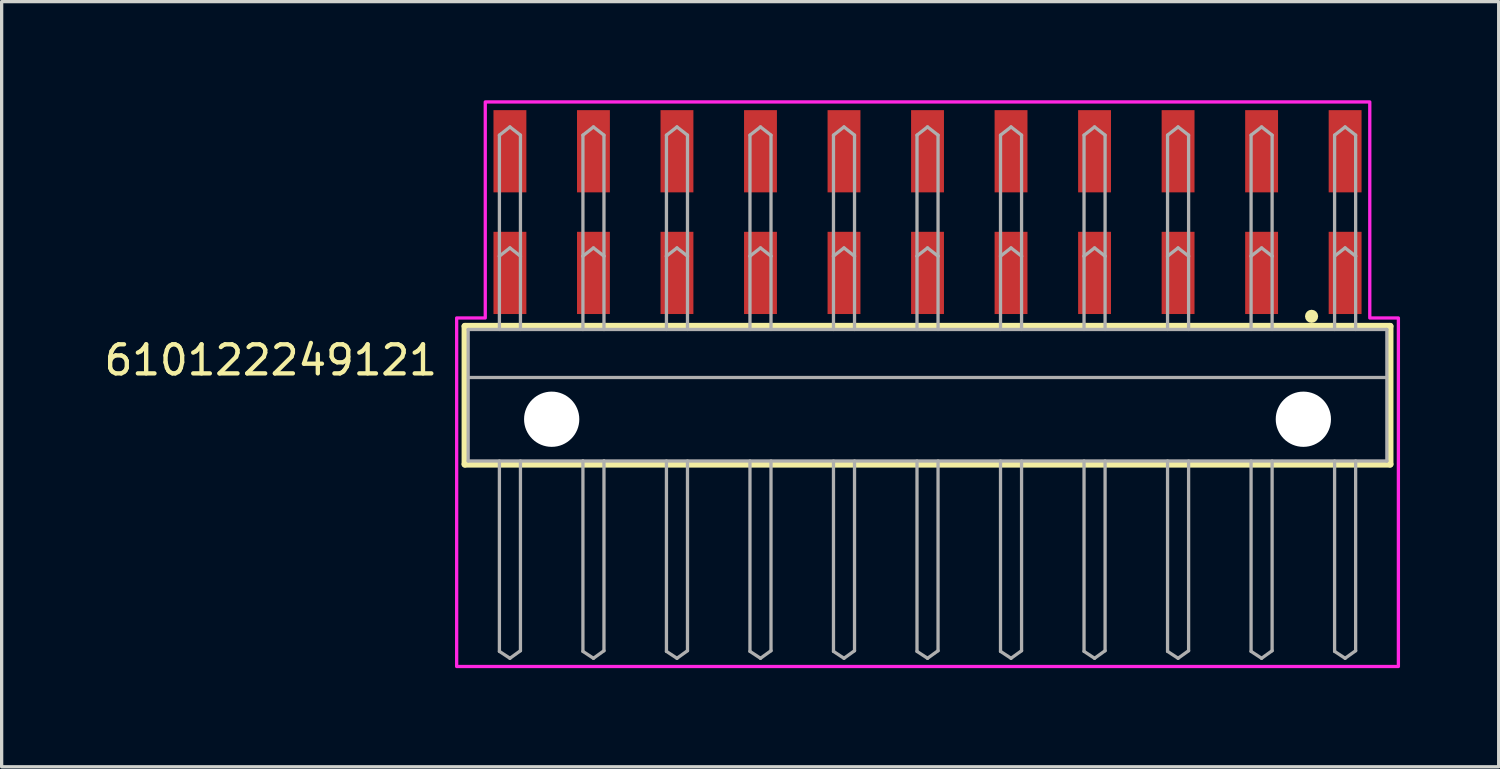
<source format=kicad_pcb>
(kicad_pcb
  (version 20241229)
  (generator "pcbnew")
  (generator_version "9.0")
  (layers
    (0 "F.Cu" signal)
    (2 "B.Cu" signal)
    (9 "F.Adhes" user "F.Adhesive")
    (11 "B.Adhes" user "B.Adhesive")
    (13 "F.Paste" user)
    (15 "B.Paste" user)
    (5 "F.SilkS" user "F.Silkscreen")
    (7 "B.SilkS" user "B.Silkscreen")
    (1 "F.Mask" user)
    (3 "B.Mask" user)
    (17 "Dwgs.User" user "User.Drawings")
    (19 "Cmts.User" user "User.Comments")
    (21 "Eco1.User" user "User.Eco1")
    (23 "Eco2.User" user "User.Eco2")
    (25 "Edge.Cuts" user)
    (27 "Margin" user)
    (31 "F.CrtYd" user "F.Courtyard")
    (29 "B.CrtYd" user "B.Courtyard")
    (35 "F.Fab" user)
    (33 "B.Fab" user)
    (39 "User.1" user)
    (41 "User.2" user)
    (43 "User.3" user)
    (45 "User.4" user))
  (footprint "610122249121"
    (layer "F.Cu")
    (at 25.158 9.7)
    (property "Reference" "610122249121" (at -14.836 -1.28 0) (unlocked yes) (layer "F.SilkS") (effects (font (size 0.884 0.884) (thickness 0.132)) (justify right bottom)))
    (fp_line (start -14.07 -2.83) (end 14.07 -2.83) (stroke (width 0.2) (type solid)) (layer "F.SilkS"))
    (fp_line (start -14.07 1.37) (end -14.07 -2.83) (stroke (width 0.2) (type solid)) (layer "F.SilkS"))
    (fp_line (start 14.07 -2.83) (end 14.07 1.37) (stroke (width 0.2) (type solid)) (layer "F.SilkS"))
    (fp_line (start 14.07 1.37) (end -14.07 1.37) (stroke (width 0.2) (type solid)) (layer "F.SilkS"))
    (fp_circle (center 11.68 -3.13) (end 11.78 -3.13) (stroke (width 0.2) (type solid)) (fill no) (layer "F.SilkS"))
    (fp_poly (pts (xy 13.45 -3.08) (xy 14.32 -3.08) (xy 14.32 7.52) (xy -14.32 7.52) (xy -14.32 -3.08) (xy -13.45 -3.08) (xy -13.45 -9.65) (xy 13.45 -9.65)) (stroke (width 0.1) (type default)) (fill no) (layer "F.CrtYd"))
    (fp_line (start -13.97 -2.73) (end -13.97 1.27) (stroke (width 0.1) (type solid)) (layer "F.Fab"))
    (fp_line (start -13.96 -1.27) (end 13.96 -1.27) (stroke (width 0.1) (type solid)) (layer "F.Fab"))
    (fp_line (start -13.02 -4.96) (end -13.02 -8.64) (stroke (width 0.1) (type solid)) (layer "F.Fab"))
    (fp_line (start -13.02 -2.73) (end -13.02 -4.96) (stroke (width 0.1) (type solid)) (layer "F.Fab"))
    (fp_line (start -13.02 1.27) (end -13.02 7.06) (stroke (width 0.1) (type solid)) (layer "F.Fab"))
    (fp_line (start -13.02 7.06) (end -12.7 7.27) (stroke (width 0.1) (type solid)) (layer "F.Fab"))
    (fp_line (start -12.7 -8.89) (end -13.02 -8.64) (stroke (width 0.1) (type solid)) (layer "F.Fab"))
    (fp_line (start -12.7 -8.89) (end -12.38 -8.64) (stroke (width 0.1) (type solid)) (layer "F.Fab"))
    (fp_line (start -12.7 -5.21) (end -13.02 -4.96) (stroke (width 0.1) (type solid)) (layer "F.Fab"))
    (fp_line (start -12.7 -5.21) (end -12.38 -4.96) (stroke (width 0.1) (type solid)) (layer "F.Fab"))
    (fp_line (start -12.7 7.27) (end -12.38 7.04) (stroke (width 0.1) (type solid)) (layer "F.Fab"))
    (fp_line (start -12.38 -8.64) (end -12.38 -4.96) (stroke (width 0.1) (type solid)) (layer "F.Fab"))
    (fp_line (start -12.38 -4.96) (end -12.38 -2.73) (stroke (width 0.1) (type solid)) (layer "F.Fab"))
    (fp_line (start -12.38 7.04) (end -12.38 1.27) (stroke (width 0.1) (type solid)) (layer "F.Fab"))
    (fp_line (start -10.48 -4.96) (end -10.48 -8.64) (stroke (width 0.1) (type solid)) (layer "F.Fab"))
    (fp_line (start -10.48 -2.73) (end -13.97 -2.73) (stroke (width 0.1) (type solid)) (layer "F.Fab"))
    (fp_line (start -10.48 -2.73) (end -10.48 -4.96) (stroke (width 0.1) (type solid)) (layer "F.Fab"))
    (fp_line (start -10.48 1.27) (end -13.97 1.27) (stroke (width 0.1) (type solid)) (layer "F.Fab"))
    (fp_line (start -10.48 1.27) (end -10.48 7.06) (stroke (width 0.1) (type solid)) (layer "F.Fab"))
    (fp_line (start -10.48 7.06) (end -10.16 7.27) (stroke (width 0.1) (type solid)) (layer "F.Fab"))
    (fp_line (start -10.16 -8.89) (end -10.48 -8.64) (stroke (width 0.1) (type solid)) (layer "F.Fab"))
    (fp_line (start -10.16 -8.89) (end -9.84 -8.64) (stroke (width 0.1) (type solid)) (layer "F.Fab"))
    (fp_line (start -10.16 -5.21) (end -10.48 -4.96) (stroke (width 0.1) (type solid)) (layer "F.Fab"))
    (fp_line (start -10.16 -5.21) (end -9.84 -4.96) (stroke (width 0.1) (type solid)) (layer "F.Fab"))
    (fp_line (start -10.16 7.27) (end -9.84 7.04) (stroke (width 0.1) (type solid)) (layer "F.Fab"))
    (fp_line (start -9.84 -8.64) (end -9.84 -4.96) (stroke (width 0.1) (type solid)) (layer "F.Fab"))
    (fp_line (start -9.84 -4.96) (end -9.84 -2.73) (stroke (width 0.1) (type solid)) (layer "F.Fab"))
    (fp_line (start -9.84 -2.73) (end -10.48 -2.73) (stroke (width 0.1) (type solid)) (layer "F.Fab"))
    (fp_line (start -9.84 1.27) (end -10.48 1.27) (stroke (width 0.1) (type solid)) (layer "F.Fab"))
    (fp_line (start -9.84 7.04) (end -9.84 1.27) (stroke (width 0.1) (type solid)) (layer "F.Fab"))
    (fp_line (start -7.94 -4.96) (end -7.94 -8.64) (stroke (width 0.1) (type solid)) (layer "F.Fab"))
    (fp_line (start -7.94 -2.73) (end -7.94 -4.96) (stroke (width 0.1) (type solid)) (layer "F.Fab"))
    (fp_line (start -7.94 1.27) (end -7.94 7.06) (stroke (width 0.1) (type solid)) (layer "F.Fab"))
    (fp_line (start -7.94 7.06) (end -7.62 7.27) (stroke (width 0.1) (type solid)) (layer "F.Fab"))
    (fp_line (start -7.62 -8.89) (end -7.94 -8.64) (stroke (width 0.1) (type solid)) (layer "F.Fab"))
    (fp_line (start -7.62 -8.89) (end -7.3 -8.64) (stroke (width 0.1) (type solid)) (layer "F.Fab"))
    (fp_line (start -7.62 -5.21) (end -7.94 -4.96) (stroke (width 0.1) (type solid)) (layer "F.Fab"))
    (fp_line (start -7.62 -5.21) (end -7.3 -4.96) (stroke (width 0.1) (type solid)) (layer "F.Fab"))
    (fp_line (start -7.62 7.27) (end -7.3 7.04) (stroke (width 0.1) (type solid)) (layer "F.Fab"))
    (fp_line (start -7.3 -8.64) (end -7.3 -4.96) (stroke (width 0.1) (type solid)) (layer "F.Fab"))
    (fp_line (start -7.3 -4.96) (end -7.3 -2.73) (stroke (width 0.1) (type solid)) (layer "F.Fab"))
    (fp_line (start -7.3 7.04) (end -7.3 1.27) (stroke (width 0.1) (type solid)) (layer "F.Fab"))
    (fp_line (start -5.4 -4.96) (end -5.4 -8.64) (stroke (width 0.1) (type solid)) (layer "F.Fab"))
    (fp_line (start -5.4 -2.73) (end -5.4 -4.96) (stroke (width 0.1) (type solid)) (layer "F.Fab"))
    (fp_line (start -5.4 1.27) (end -5.4 7.06) (stroke (width 0.1) (type solid)) (layer "F.Fab"))
    (fp_line (start -5.4 7.06) (end -5.08 7.27) (stroke (width 0.1) (type solid)) (layer "F.Fab"))
    (fp_line (start -5.08 -8.89) (end -5.4 -8.64) (stroke (width 0.1) (type solid)) (layer "F.Fab"))
    (fp_line (start -5.08 -8.89) (end -4.76 -8.64) (stroke (width 0.1) (type solid)) (layer "F.Fab"))
    (fp_line (start -5.08 -5.21) (end -5.4 -4.96) (stroke (width 0.1) (type solid)) (layer "F.Fab"))
    (fp_line (start -5.08 -5.21) (end -4.76 -4.96) (stroke (width 0.1) (type solid)) (layer "F.Fab"))
    (fp_line (start -5.08 7.27) (end -4.76 7.04) (stroke (width 0.1) (type solid)) (layer "F.Fab"))
    (fp_line (start -4.76 -8.64) (end -4.76 -4.96) (stroke (width 0.1) (type solid)) (layer "F.Fab"))
    (fp_line (start -4.76 -4.96) (end -4.76 -2.73) (stroke (width 0.1) (type solid)) (layer "F.Fab"))
    (fp_line (start -4.76 7.04) (end -4.76 1.27) (stroke (width 0.1) (type solid)) (layer "F.Fab"))
    (fp_line (start -2.86 -4.96) (end -2.86 -8.64) (stroke (width 0.1) (type solid)) (layer "F.Fab"))
    (fp_line (start -2.86 -2.73) (end -2.86 -4.96) (stroke (width 0.1) (type solid)) (layer "F.Fab"))
    (fp_line (start -2.86 1.27) (end -2.86 7.06) (stroke (width 0.1) (type solid)) (layer "F.Fab"))
    (fp_line (start -2.86 7.06) (end -2.54 7.27) (stroke (width 0.1) (type solid)) (layer "F.Fab"))
    (fp_line (start -2.54 -8.89) (end -2.86 -8.64) (stroke (width 0.1) (type solid)) (layer "F.Fab"))
    (fp_line (start -2.54 -8.89) (end -2.22 -8.64) (stroke (width 0.1) (type solid)) (layer "F.Fab"))
    (fp_line (start -2.54 -5.21) (end -2.86 -4.96) (stroke (width 0.1) (type solid)) (layer "F.Fab"))
    (fp_line (start -2.54 -5.21) (end -2.22 -4.96) (stroke (width 0.1) (type solid)) (layer "F.Fab"))
    (fp_line (start -2.54 7.27) (end -2.22 7.04) (stroke (width 0.1) (type solid)) (layer "F.Fab"))
    (fp_line (start -2.22 -8.64) (end -2.22 -4.96) (stroke (width 0.1) (type solid)) (layer "F.Fab"))
    (fp_line (start -2.22 -4.96) (end -2.22 -2.73) (stroke (width 0.1) (type solid)) (layer "F.Fab"))
    (fp_line (start -2.22 7.04) (end -2.22 1.27) (stroke (width 0.1) (type solid)) (layer "F.Fab"))
    (fp_line (start -0.32 -4.96) (end -0.32 -8.64) (stroke (width 0.1) (type solid)) (layer "F.Fab"))
    (fp_line (start -0.32 -2.73) (end -0.32 -4.96) (stroke (width 0.1) (type solid)) (layer "F.Fab"))
    (fp_line (start -0.32 1.27) (end -0.32 7.06) (stroke (width 0.1) (type solid)) (layer "F.Fab"))
    (fp_line (start -0.32 7.06) (end 0 7.27) (stroke (width 0.1) (type solid)) (layer "F.Fab"))
    (fp_line (start 0 -8.89) (end -0.32 -8.64) (stroke (width 0.1) (type solid)) (layer "F.Fab"))
    (fp_line (start 0 -8.89) (end 0.32 -8.64) (stroke (width 0.1) (type solid)) (layer "F.Fab"))
    (fp_line (start 0 -5.21) (end -0.32 -4.96) (stroke (width 0.1) (type solid)) (layer "F.Fab"))
    (fp_line (start 0 -5.21) (end 0.32 -4.96) (stroke (width 0.1) (type solid)) (layer "F.Fab"))
    (fp_line (start 0 7.27) (end 0.32 7.04) (stroke (width 0.1) (type solid)) (layer "F.Fab"))
    (fp_line (start 0.32 -8.64) (end 0.32 -4.96) (stroke (width 0.1) (type solid)) (layer "F.Fab"))
    (fp_line (start 0.32 -4.96) (end 0.32 -2.73) (stroke (width 0.1) (type solid)) (layer "F.Fab"))
    (fp_line (start 0.32 7.04) (end 0.32 1.27) (stroke (width 0.1) (type solid)) (layer "F.Fab"))
    (fp_line (start 2.22 -4.96) (end 2.22 -8.64) (stroke (width 0.1) (type solid)) (layer "F.Fab"))
    (fp_line (start 2.22 -2.73) (end 2.22 -4.96) (stroke (width 0.1) (type solid)) (layer "F.Fab"))
    (fp_line (start 2.22 1.27) (end 2.22 7.06) (stroke (width 0.1) (type solid)) (layer "F.Fab"))
    (fp_line (start 2.22 7.06) (end 2.54 7.27) (stroke (width 0.1) (type solid)) (layer "F.Fab"))
    (fp_line (start 2.54 -8.89) (end 2.22 -8.64) (stroke (width 0.1) (type solid)) (layer "F.Fab"))
    (fp_line (start 2.54 -8.89) (end 2.86 -8.64) (stroke (width 0.1) (type solid)) (layer "F.Fab"))
    (fp_line (start 2.54 -5.21) (end 2.22 -4.96) (stroke (width 0.1) (type solid)) (layer "F.Fab"))
    (fp_line (start 2.54 -5.21) (end 2.86 -4.96) (stroke (width 0.1) (type solid)) (layer "F.Fab"))
    (fp_line (start 2.54 7.27) (end 2.86 7.04) (stroke (width 0.1) (type solid)) (layer "F.Fab"))
    (fp_line (start 2.86 -8.64) (end 2.86 -4.96) (stroke (width 0.1) (type solid)) (layer "F.Fab"))
    (fp_line (start 2.86 -4.96) (end 2.86 -2.73) (stroke (width 0.1) (type solid)) (layer "F.Fab"))
    (fp_line (start 2.86 7.04) (end 2.86 1.27) (stroke (width 0.1) (type solid)) (layer "F.Fab"))
    (fp_line (start 4.76 -4.96) (end 4.76 -8.64) (stroke (width 0.1) (type solid)) (layer "F.Fab"))
    (fp_line (start 4.76 -2.73) (end 4.76 -4.96) (stroke (width 0.1) (type solid)) (layer "F.Fab"))
    (fp_line (start 4.76 1.27) (end 4.76 7.06) (stroke (width 0.1) (type solid)) (layer "F.Fab"))
    (fp_line (start 4.76 7.06) (end 5.08 7.27) (stroke (width 0.1) (type solid)) (layer "F.Fab"))
    (fp_line (start 5.08 -8.89) (end 4.76 -8.64) (stroke (width 0.1) (type solid)) (layer "F.Fab"))
    (fp_line (start 5.08 -8.89) (end 5.4 -8.64) (stroke (width 0.1) (type solid)) (layer "F.Fab"))
    (fp_line (start 5.08 -5.21) (end 4.76 -4.96) (stroke (width 0.1) (type solid)) (layer "F.Fab"))
    (fp_line (start 5.08 -5.21) (end 5.4 -4.96) (stroke (width 0.1) (type solid)) (layer "F.Fab"))
    (fp_line (start 5.08 7.27) (end 5.4 7.04) (stroke (width 0.1) (type solid)) (layer "F.Fab"))
    (fp_line (start 5.4 -8.64) (end 5.4 -4.96) (stroke (width 0.1) (type solid)) (layer "F.Fab"))
    (fp_line (start 5.4 -4.96) (end 5.4 -2.73) (stroke (width 0.1) (type solid)) (layer "F.Fab"))
    (fp_line (start 5.4 7.04) (end 5.4 1.27) (stroke (width 0.1) (type solid)) (layer "F.Fab"))
    (fp_line (start 7.3 -4.96) (end 7.3 -8.64) (stroke (width 0.1) (type solid)) (layer "F.Fab"))
    (fp_line (start 7.3 -2.73) (end 7.3 -4.96) (stroke (width 0.1) (type solid)) (layer "F.Fab"))
    (fp_line (start 7.3 1.27) (end 7.3 7.06) (stroke (width 0.1) (type solid)) (layer "F.Fab"))
    (fp_line (start 7.3 7.06) (end 7.62 7.27) (stroke (width 0.1) (type solid)) (layer "F.Fab"))
    (fp_line (start 7.62 -8.89) (end 7.3 -8.64) (stroke (width 0.1) (type solid)) (layer "F.Fab"))
    (fp_line (start 7.62 -8.89) (end 7.94 -8.64) (stroke (width 0.1) (type solid)) (layer "F.Fab"))
    (fp_line (start 7.62 -5.21) (end 7.3 -4.96) (stroke (width 0.1) (type solid)) (layer "F.Fab"))
    (fp_line (start 7.62 -5.21) (end 7.94 -4.96) (stroke (width 0.1) (type solid)) (layer "F.Fab"))
    (fp_line (start 7.62 7.27) (end 7.94 7.04) (stroke (width 0.1) (type solid)) (layer "F.Fab"))
    (fp_line (start 7.94 -8.64) (end 7.94 -4.96) (stroke (width 0.1) (type solid)) (layer "F.Fab"))
    (fp_line (start 7.94 -4.96) (end 7.94 -2.73) (stroke (width 0.1) (type solid)) (layer "F.Fab"))
    (fp_line (start 7.94 7.04) (end 7.94 1.27) (stroke (width 0.1) (type solid)) (layer "F.Fab"))
    (fp_line (start 9.84 -4.96) (end 9.84 -8.64) (stroke (width 0.1) (type solid)) (layer "F.Fab"))
    (fp_line (start 9.84 -2.73) (end 9.84 -4.96) (stroke (width 0.1) (type solid)) (layer "F.Fab"))
    (fp_line (start 9.84 1.27) (end 9.84 7.06) (stroke (width 0.1) (type solid)) (layer "F.Fab"))
    (fp_line (start 9.84 7.06) (end 10.16 7.27) (stroke (width 0.1) (type solid)) (layer "F.Fab"))
    (fp_line (start 10.16 -8.89) (end 9.84 -8.64) (stroke (width 0.1) (type solid)) (layer "F.Fab"))
    (fp_line (start 10.16 -8.89) (end 10.48 -8.64) (stroke (width 0.1) (type solid)) (layer "F.Fab"))
    (fp_line (start 10.16 -5.21) (end 9.84 -4.96) (stroke (width 0.1) (type solid)) (layer "F.Fab"))
    (fp_line (start 10.16 -5.21) (end 10.48 -4.96) (stroke (width 0.1) (type solid)) (layer "F.Fab"))
    (fp_line (start 10.16 7.27) (end 10.48 7.04) (stroke (width 0.1) (type solid)) (layer "F.Fab"))
    (fp_line (start 10.48 -8.64) (end 10.48 -4.96) (stroke (width 0.1) (type solid)) (layer "F.Fab"))
    (fp_line (start 10.48 -4.96) (end 10.48 -2.73) (stroke (width 0.1) (type solid)) (layer "F.Fab"))
    (fp_line (start 10.48 7.04) (end 10.48 1.27) (stroke (width 0.1) (type solid)) (layer "F.Fab"))
    (fp_line (start 12.38 -4.96) (end 12.38 -8.64) (stroke (width 0.1) (type solid)) (layer "F.Fab"))
    (fp_line (start 12.38 -2.73) (end 12.38 -4.96) (stroke (width 0.1) (type solid)) (layer "F.Fab"))
    (fp_line (start 12.38 1.27) (end 12.38 7.06) (stroke (width 0.1) (type solid)) (layer "F.Fab"))
    (fp_line (start 12.38 7.06) (end 12.7 7.27) (stroke (width 0.1) (type solid)) (layer "F.Fab"))
    (fp_line (start 12.7 -8.89) (end 12.38 -8.64) (stroke (width 0.1) (type solid)) (layer "F.Fab"))
    (fp_line (start 12.7 -8.89) (end 13.02 -8.64) (stroke (width 0.1) (type solid)) (layer "F.Fab"))
    (fp_line (start 12.7 -5.21) (end 12.38 -4.96) (stroke (width 0.1) (type solid)) (layer "F.Fab"))
    (fp_line (start 12.7 -5.21) (end 13.02 -4.96) (stroke (width 0.1) (type solid)) (layer "F.Fab"))
    (fp_line (start 12.7 7.27) (end 13.02 7.04) (stroke (width 0.1) (type solid)) (layer "F.Fab"))
    (fp_line (start 13.02 -8.64) (end 13.02 -4.96) (stroke (width 0.1) (type solid)) (layer "F.Fab"))
    (fp_line (start 13.02 -4.96) (end 13.02 -2.73) (stroke (width 0.1) (type solid)) (layer "F.Fab"))
    (fp_line (start 13.02 7.04) (end 13.02 1.27) (stroke (width 0.1) (type solid)) (layer "F.Fab"))
    (fp_line (start 13.97 -2.73) (end -9.84 -2.73) (stroke (width 0.1) (type solid)) (layer "F.Fab"))
    (fp_line (start 13.97 -2.73) (end 13.97 1.27) (stroke (width 0.1) (type solid)) (layer "F.Fab"))
    (fp_line (start 13.97 1.27) (end -9.84 1.27) (stroke (width 0.1) (type solid)) (layer "F.Fab"))
    (pad "" np_thru_hole circle (at -11.43 0) (size 1.68 1.68) (drill 1.68) (layers "*.Cu" "*.Mask"))
    (pad "" np_thru_hole circle (at 11.43 0) (size 1.68 1.68) (drill 1.68) (layers "*.Cu" "*.Mask"))
    (pad "1" smd rect (at 12.7 -4.45) (size 1 2.5) (layers "F.Cu" "F.Mask" "F.Paste"))
    (pad "2" smd rect (at 12.7 -8.15) (size 1 2.5) (layers "F.Cu" "F.Mask" "F.Paste"))
    (pad "3" smd rect (at 10.16 -4.45) (size 1 2.5) (layers "F.Cu" "F.Mask" "F.Paste"))
    (pad "4" smd rect (at 10.16 -8.15) (size 1 2.5) (layers "F.Cu" "F.Mask" "F.Paste"))
    (pad "5" smd rect (at 7.62 -4.45) (size 1 2.5) (layers "F.Cu" "F.Mask" "F.Paste"))
    (pad "6" smd rect (at 7.62 -8.15 180) (size 1 2.5) (layers "F.Cu" "F.Mask" "F.Paste"))
    (pad "7" smd rect (at 5.08 -4.45) (size 1 2.5) (layers "F.Cu" "F.Mask" "F.Paste"))
    (pad "8" smd rect (at 5.08 -8.15 180) (size 1 2.5) (layers "F.Cu" "F.Mask" "F.Paste"))
    (pad "9" smd rect (at 2.54 -4.45) (size 1 2.5) (layers "F.Cu" "F.Mask" "F.Paste"))
    (pad "10" smd rect (at 2.54 -8.15 180) (size 1 2.5) (layers "F.Cu" "F.Mask" "F.Paste"))
    (pad "11" smd rect (at 0 -4.45) (size 1 2.5) (layers "F.Cu" "F.Mask" "F.Paste"))
    (pad "12" smd rect (at 0 -8.15 180) (size 1 2.5) (layers "F.Cu" "F.Mask" "F.Paste"))
    (pad "13" smd rect (at -2.54 -4.45) (size 1 2.5) (layers "F.Cu" "F.Mask" "F.Paste"))
    (pad "14" smd rect (at -2.54 -8.15 180) (size 1 2.5) (layers "F.Cu" "F.Mask" "F.Paste"))
    (pad "15" smd rect (at -5.08 -4.45) (size 1 2.5) (layers "F.Cu" "F.Mask" "F.Paste"))
    (pad "16" smd rect (at -5.08 -8.15 180) (size 1 2.5) (layers "F.Cu" "F.Mask" "F.Paste"))
    (pad "17" smd rect (at -7.62 -4.45) (size 1 2.5) (layers "F.Cu" "F.Mask" "F.Paste"))
    (pad "18" smd rect (at -7.62 -8.15 180) (size 1 2.5) (layers "F.Cu" "F.Mask" "F.Paste"))
    (pad "19" smd rect (at -10.16 -4.45) (size 1 2.5) (layers "F.Cu" "F.Mask" "F.Paste"))
    (pad "20" smd rect (at -10.16 -8.15 180) (size 1 2.5) (layers "F.Cu" "F.Mask" "F.Paste"))
    (pad "21" smd rect (at -12.7 -4.45) (size 1 2.5) (layers "F.Cu" "F.Mask" "F.Paste"))
    (pad "22" smd rect (at -12.7 -8.15 180) (size 1 2.5) (layers "F.Cu" "F.Mask" "F.Paste")))
  (gr_rect
    (start -3 -3)
    (end 42.528 20.27)
    (stroke (width 0.1) (type default))
    (fill no)
    (layer "Edge.Cuts")))
</source>
